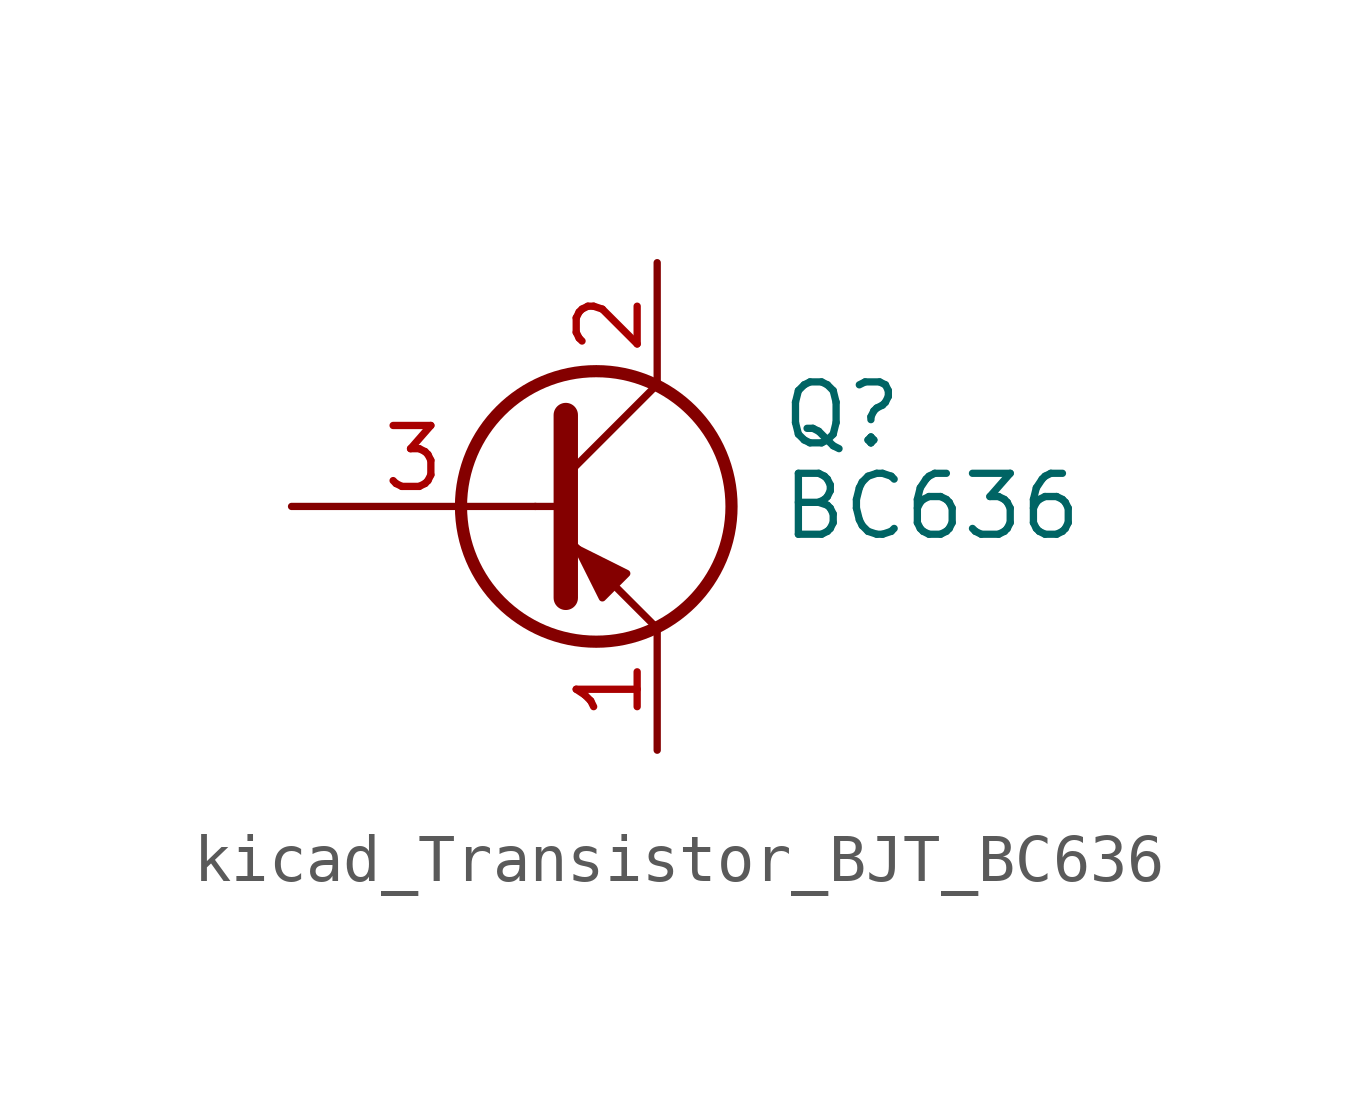
<source format=kicad_sym>
(kicad_symbol_lib
  (version 20220914)
  (generator kicad_symbol_editor)
  (symbol "kicad_Transistor_BJT_BC636"
    (pin_names
      (offset 0) hide)
    (property "Reference" "Q"
      (at 5.08 1.905 0)
      (effects (font (size 1.27 1.27)) (justify left)))
    (property "Value" "BC636"
      (at 5.08 0 0)
      (effects (font (size 1.27 1.27)) (justify left)))
    (symbol "kicad_Transistor_BJT_BC636_0_1"
      (polyline (pts (xy 0 0) (xy 0.635 0)) (stroke (width 0) (type default)) (fill (type none)))
      (polyline (pts (xy 2.54 -2.54) (xy 0.635 -0.635)) (stroke (width 0) (type default)) (fill (type none)))
      (polyline (pts (xy 2.54 2.54) (xy 0.635 0.635)) (stroke (width 0) (type default)) (fill (type none)))
      (polyline (pts (xy 0.635 1.905) (xy 0.635 -1.905) (xy 0.635 -1.905)) (stroke (width 0.508) (type default)) (fill (type outline)))
      (polyline (pts (xy 1.397 -1.905) (xy 1.905 -1.397) (xy 0.889 -0.889) (xy 1.397 -1.905) (xy 1.397 -1.905)) (stroke (width 0) (type default)) (fill (type outline)))
      (circle (center 1.27 0) (radius 2.819) (stroke (width 0.254) (type default)) (fill (type none))))
    (symbol "kicad_Transistor_BJT_BC636_1_1"
      (pin passive line (at 2.54 -5.08 90) (length 2.54) (name "E" (effects (font (size 1.27 1.27)))) (number "1" (effects (font (size 1.27 1.27)))))
      (pin passive line (at 2.54 5.08 270) (length 2.54) (name "C" (effects (font (size 1.27 1.27)))) (number "2" (effects (font (size 1.27 1.27)))))
      (pin input line (at -5.08 0 0) (length 5.08) (name "B" (effects (font (size 1.27 1.27)))) (number "3" (effects (font (size 1.27 1.27))))))))
</source>
